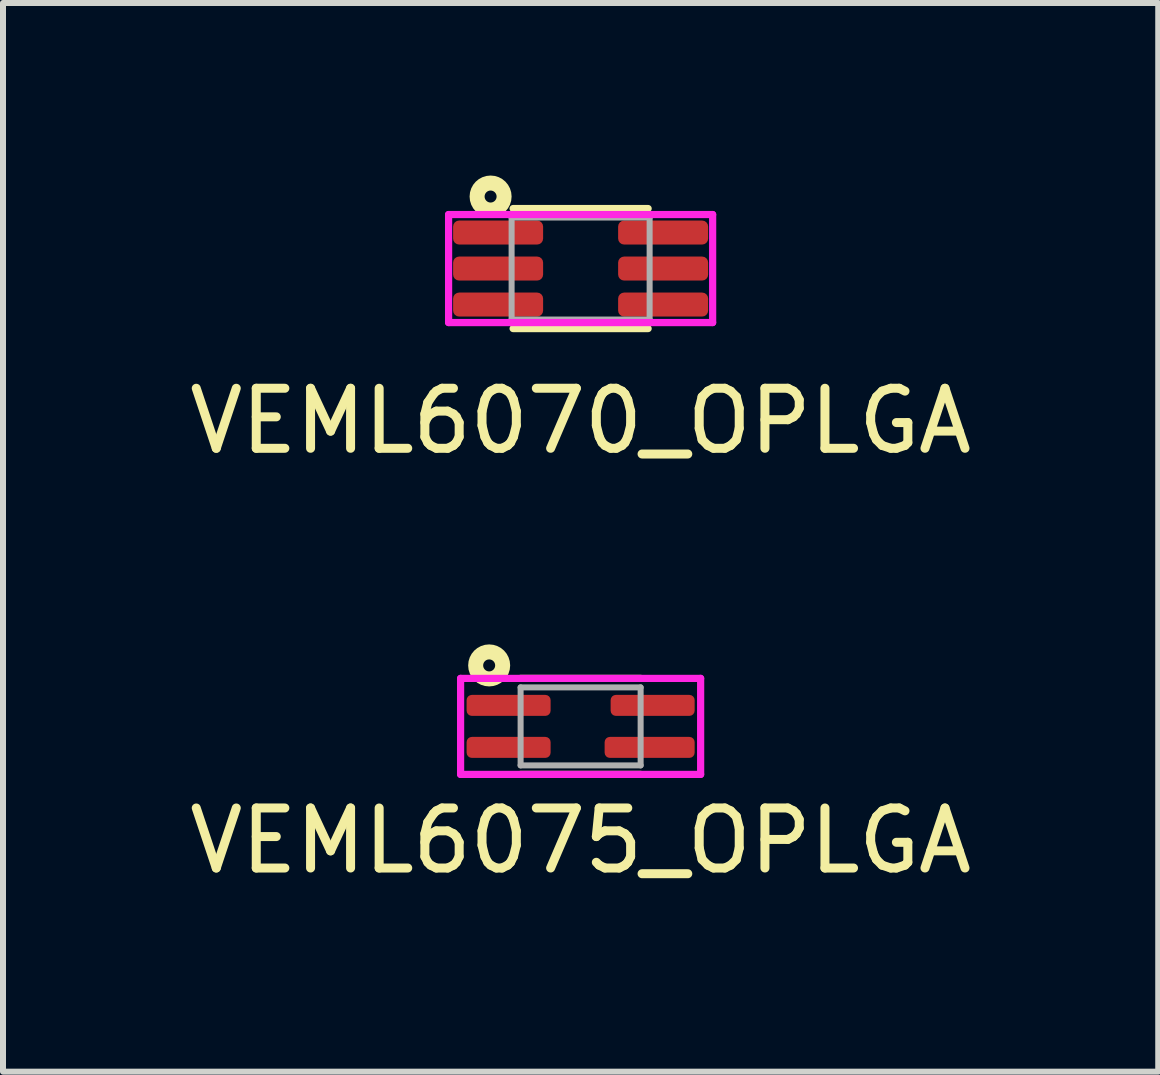
<source format=kicad_pcb>
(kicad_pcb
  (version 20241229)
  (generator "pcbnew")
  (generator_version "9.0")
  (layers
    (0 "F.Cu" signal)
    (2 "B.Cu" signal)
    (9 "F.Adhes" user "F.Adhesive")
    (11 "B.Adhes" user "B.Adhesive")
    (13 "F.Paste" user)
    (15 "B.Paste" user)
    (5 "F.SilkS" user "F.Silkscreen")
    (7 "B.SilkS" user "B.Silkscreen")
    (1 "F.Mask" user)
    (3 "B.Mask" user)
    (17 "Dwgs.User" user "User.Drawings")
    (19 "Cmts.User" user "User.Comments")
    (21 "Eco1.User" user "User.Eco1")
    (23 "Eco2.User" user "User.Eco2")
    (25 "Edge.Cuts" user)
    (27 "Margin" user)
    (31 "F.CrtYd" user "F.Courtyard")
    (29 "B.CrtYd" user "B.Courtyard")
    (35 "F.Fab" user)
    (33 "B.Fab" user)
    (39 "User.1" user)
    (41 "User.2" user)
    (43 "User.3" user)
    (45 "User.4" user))
  (footprint "VEML6070_OPLGA"
    (layer "F.Cu")
    (at 6.625 1.425)
    (property "Reference" "VEML6070_OPLGA" (at 0 2.54 0) (layer "F.SilkS") (effects (font (size 1 1) (thickness 0.15))))
    (attr through_hole)
    (fp_line (start -1.125 1) (end 1.125 1) (stroke (width 0.12) (type solid)) (layer "F.SilkS"))
    (fp_line (start 1.125 -1) (end -1.125 -1) (stroke (width 0.12) (type solid)) (layer "F.SilkS"))
    (fp_circle (center -1.5 -1.2) (end -1.4 -1.2) (stroke (width 0.25) (type solid)) (fill no) (layer "F.SilkS"))
    (fp_line (start -2.2 -0.9) (end 2.2 -0.9) (stroke (width 0.12) (type solid)) (layer "F.CrtYd"))
    (fp_line (start -2.2 0.9) (end -2.2 -0.9) (stroke (width 0.12) (type solid)) (layer "F.CrtYd"))
    (fp_line (start 2.2 -0.9) (end 2.2 0.9) (stroke (width 0.12) (type solid)) (layer "F.CrtYd"))
    (fp_line (start 2.2 0.9) (end -2.2 0.9) (stroke (width 0.12) (type solid)) (layer "F.CrtYd"))
    (fp_line (start -1.15 -0.85) (end -1.15 0.85) (stroke (width 0.1) (type solid)) (layer "F.Fab"))
    (fp_line (start -1.15 0.85) (end 1.15 0.85) (stroke (width 0.1) (type solid)) (layer "F.Fab"))
    (fp_line (start 1.15 -0.85) (end -1.15 -0.85) (stroke (width 0.1) (type solid)) (layer "F.Fab"))
    (fp_line (start 1.15 0.85) (end 1.15 -0.85) (stroke (width 0.1) (type solid)) (layer "F.Fab"))
    (pad "1" smd roundrect (at -1.125 -0.6) (size 1.5 0.4) (drill (offset -0.25 0)) (layers "F.Cu" "F.Mask" "F.Paste") (roundrect_rratio 0.25))
    (pad "2" smd roundrect (at -1.125 0) (size 1.5 0.4) (drill (offset -0.25 0)) (layers "F.Cu" "F.Mask" "F.Paste") (roundrect_rratio 0.25))
    (pad "3" smd roundrect (at -1.125 0.6) (size 1.5 0.4) (drill (offset -0.25 0)) (layers "F.Cu" "F.Mask" "F.Paste") (roundrect_rratio 0.25))
    (pad "4" smd roundrect (at 1.125 0.6 180) (size 1.5 0.4) (drill (offset -0.25 0)) (layers "F.Cu" "F.Mask" "F.Paste") (roundrect_rratio 0.25))
    (pad "5" smd roundrect (at 1.125 0 180) (size 1.5 0.4) (drill (offset -0.25 0)) (layers "F.Cu" "F.Mask" "F.Paste") (roundrect_rratio 0.25))
    (pad "6" smd roundrect (at 1.125 -0.6 180) (size 1.5 0.4) (drill (offset -0.25 0)) (layers "F.Cu" "F.Mask" "F.Paste") (roundrect_rratio 0.25)))
  (footprint "VEML6075_OPLGA"
    (layer "F.Cu")
    (at 6.625 9.054)
    (property "Reference" "VEML6075_OPLGA" (at 0 1.905 0) (layer "F.SilkS") (effects (font (size 1 1) (thickness 0.15))))
    (attr through_hole)
    (fp_line (start -1 0.8) (end 1 0.8) (stroke (width 0.12) (type solid)) (layer "F.SilkS"))
    (fp_line (start 1 -0.8) (end -1 -0.8) (stroke (width 0.12) (type solid)) (layer "F.SilkS"))
    (fp_circle (center -1.524 -1.016) (end -1.424 -1.016) (stroke (width 0.25) (type solid)) (fill no) (layer "F.SilkS"))
    (fp_line (start -2 -0.8) (end 2 -0.8) (stroke (width 0.12) (type solid)) (layer "F.CrtYd"))
    (fp_line (start -2 0.8) (end -2 -0.8) (stroke (width 0.12) (type solid)) (layer "F.CrtYd"))
    (fp_line (start 2 -0.8) (end 2 0.8) (stroke (width 0.12) (type solid)) (layer "F.CrtYd"))
    (fp_line (start 2 0.8) (end -2 0.8) (stroke (width 0.12) (type solid)) (layer "F.CrtYd"))
    (fp_line (start -1 -0.65) (end 1 -0.65) (stroke (width 0.1) (type solid)) (layer "F.Fab"))
    (fp_line (start -1 0.65) (end -1 -0.65) (stroke (width 0.1) (type solid)) (layer "F.Fab"))
    (fp_line (start 1 -0.65) (end 1 0.65) (stroke (width 0.1) (type solid)) (layer "F.Fab"))
    (fp_line (start 1 0.65) (end -1 0.65) (stroke (width 0.1) (type solid)) (layer "F.Fab"))
    (pad "1" smd roundrect (at -1 -0.35) (size 1.4 0.35) (drill (offset -0.2 0)) (layers "F.Cu" "F.Mask" "F.Paste") (roundrect_rratio 0.25))
    (pad "2" smd roundrect (at -1 0.35) (size 1.4 0.35) (drill (offset -0.2 0)) (layers "F.Cu" "F.Mask" "F.Paste") (roundrect_rratio 0.25))
    (pad "3" smd roundrect (at 1 0.35 180) (size 1.5 0.35) (drill (offset -0.15 0)) (layers "F.Cu" "F.Mask" "F.Paste") (roundrect_rratio 0.25))
    (pad "4" smd roundrect (at 1 -0.35 180) (size 1.4 0.35) (drill (offset -0.2 0)) (layers "F.Cu" "F.Mask" "F.Paste") (roundrect_rratio 0.25)))
  (gr_rect
    (start -3 -3)
    (end 16.25 14.807)
    (stroke (width 0.1) (type default))
    (fill no)
    (layer "Edge.Cuts")))
</source>
